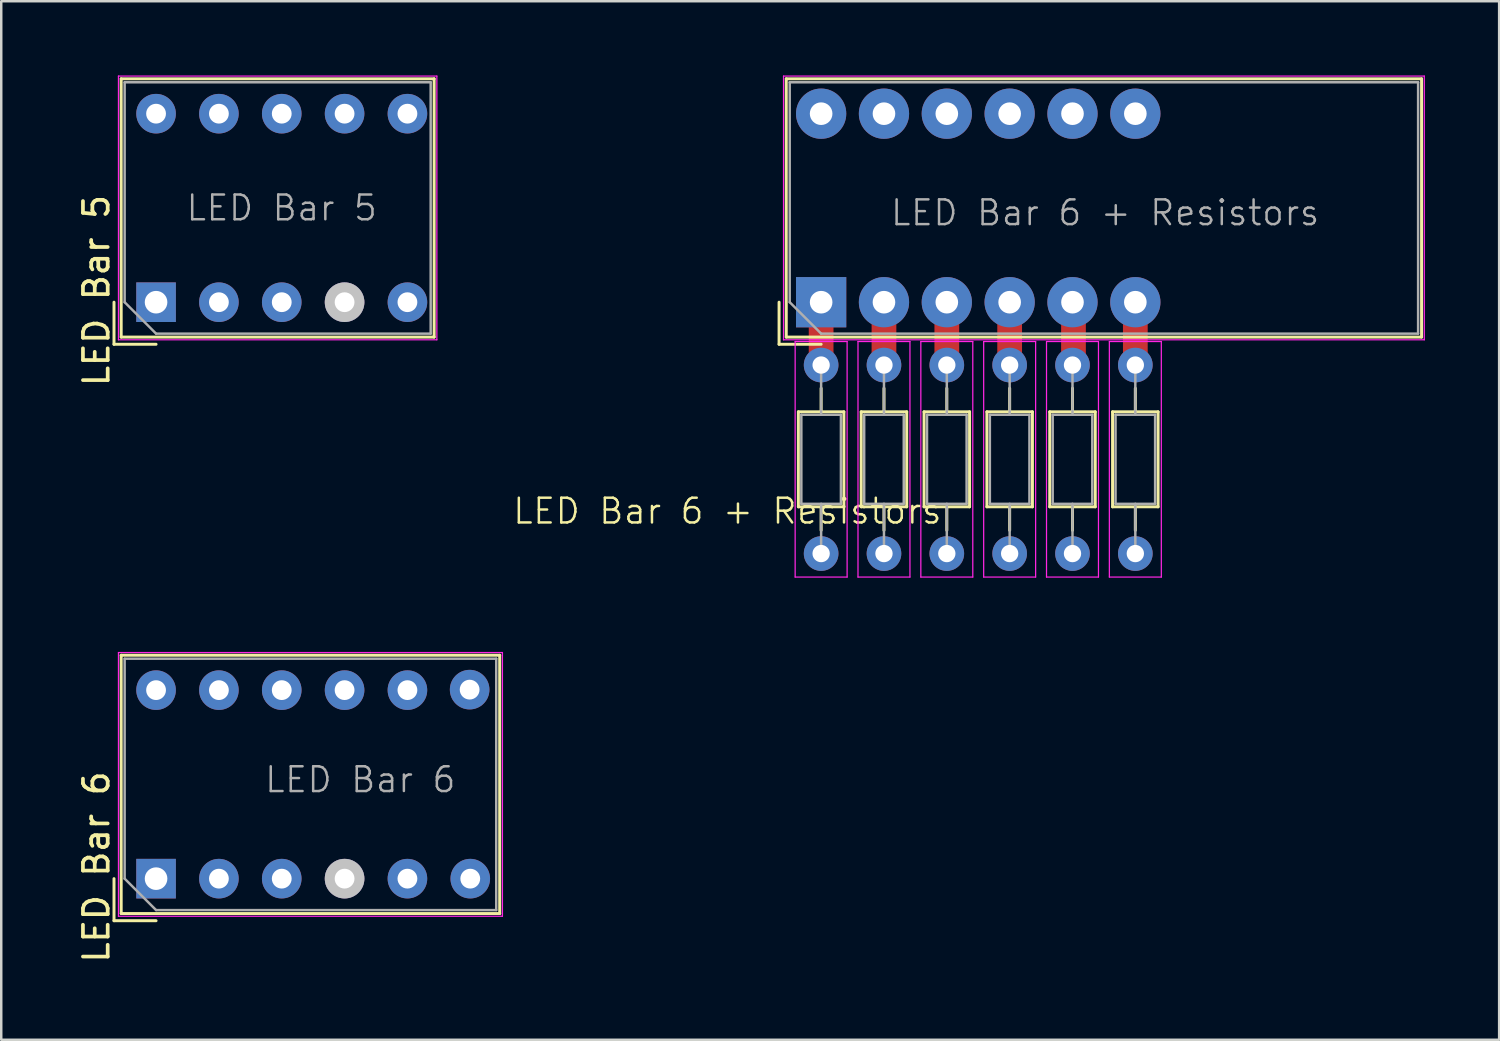
<source format=kicad_pcb>
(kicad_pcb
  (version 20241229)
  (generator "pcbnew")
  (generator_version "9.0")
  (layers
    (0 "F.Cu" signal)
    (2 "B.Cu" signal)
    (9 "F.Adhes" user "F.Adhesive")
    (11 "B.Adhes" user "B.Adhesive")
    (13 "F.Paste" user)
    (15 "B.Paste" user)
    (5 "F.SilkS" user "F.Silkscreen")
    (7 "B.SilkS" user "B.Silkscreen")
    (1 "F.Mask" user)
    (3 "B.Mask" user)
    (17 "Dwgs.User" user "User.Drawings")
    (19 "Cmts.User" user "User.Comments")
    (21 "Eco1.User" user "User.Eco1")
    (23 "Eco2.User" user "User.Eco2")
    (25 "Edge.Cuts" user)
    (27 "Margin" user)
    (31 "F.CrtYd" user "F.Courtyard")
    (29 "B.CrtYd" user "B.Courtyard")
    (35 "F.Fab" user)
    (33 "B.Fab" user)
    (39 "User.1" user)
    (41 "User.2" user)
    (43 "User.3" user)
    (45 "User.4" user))
  (footprint "LED Bar 5"
    (layer "F.Cu")
    (at 3.258 9.165)
    (property "Reference" "LED Bar 5" (at -2.41 -0.47 90) (layer "F.SilkS") (effects (font (size 1 1) (thickness 0.15))))
    (attr through_hole)
    (fp_line (start -1.7 0) (end -1.7 1.7) (stroke (width 0.12) (type solid)) (layer "F.SilkS"))
    (fp_line (start -1.7 1.7) (end 0 1.7) (stroke (width 0.12) (type solid)) (layer "F.SilkS"))
    (fp_line (start -1.41 -9.03) (end 11.24 -9.03) (stroke (width 0.12) (type solid)) (layer "F.SilkS"))
    (fp_line (start -1.41 1.41) (end -1.41 -9.03) (stroke (width 0.12) (type solid)) (layer "F.SilkS"))
    (fp_line (start 11.24 -9.03) (end 11.24 1.41) (stroke (width 0.12) (type solid)) (layer "F.SilkS"))
    (fp_line (start 11.24 1.41) (end -1.41 1.41) (stroke (width 0.12) (type solid)) (layer "F.SilkS"))
    (fp_line (start -1.52 1.52) (end -1.52 -9.14) (stroke (width 0.05) (type solid)) (layer "F.CrtYd"))
    (fp_line (start -1.52 1.52) (end 11.35 1.52) (stroke (width 0.05) (type solid)) (layer "F.CrtYd"))
    (fp_line (start 11.35 -9.14) (end -1.52 -9.14) (stroke (width 0.05) (type solid)) (layer "F.CrtYd"))
    (fp_line (start 11.35 1.52) (end 11.35 -9.14) (stroke (width 0.05) (type solid)) (layer "F.CrtYd"))
    (fp_line (start -1.27 -8.89) (end 11.1 -8.89) (stroke (width 0.1) (type solid)) (layer "F.Fab"))
    (fp_line (start -1.27 0) (end -1.27 -8.89) (stroke (width 0.1) (type solid)) (layer "F.Fab"))
    (fp_line (start -1.27 0) (end 0 1.27) (stroke (width 0.1) (type solid)) (layer "F.Fab"))
    (fp_line (start 0 1.27) (end 11.1 1.27) (stroke (width 0.1) (type solid)) (layer "F.Fab"))
    (fp_line (start 11.1 1.27) (end 11.1 -8.89) (stroke (width 0.1) (type solid)) (layer "F.Fab"))
    (fp_text user "${REFERENCE}" (at 5.08 -3.81 180) (layer "F.Fab") (effects (font (size 1 1) (thickness 0.1))))
    (pad "1" thru_hole rect (at 0 0 90) (size 1.6 1.6) (drill 0.914) (layers "*.Cu" "*.Mask"))
    (pad "2" thru_hole oval (at 2.54 0) (size 1.6 1.6) (drill 0.8) (layers "*.Cu" "*.Mask"))
    (pad "3" thru_hole oval (at 5.08 0) (size 1.6 1.6) (drill 0.8) (layers "*.Cu" "*.Mask"))
    (pad "4" thru_hole oval (at 7.62 0) (size 1.6 1.6) (drill 0.8) (layers "*.Cu" "*.Mask" "Dwgs.User"))
    (pad "5" thru_hole oval (at 10.16 0) (size 1.6 1.6) (drill 0.8) (layers "*.Cu" "*.Mask"))
    (pad "16" thru_hole oval (at 10.16 -7.62) (size 1.6 1.6) (drill 0.8) (layers "*.Cu" "*.Mask"))
    (pad "17" thru_hole oval (at 7.62 -7.62) (size 1.6 1.6) (drill 0.8) (layers "*.Cu" "*.Mask"))
    (pad "18" thru_hole circle (at 5.08 -7.62) (size 1.6 1.6) (drill 0.8) (layers "*.Cu" "*.Mask"))
    (pad "19" thru_hole circle (at 2.54 -7.62) (size 1.6 1.6) (drill 0.8) (layers "*.Cu" "*.Mask"))
    (pad "20" thru_hole circle (at 0 -7.62) (size 1.6 1.6) (drill 0.8) (layers "*.Cu" "*.Mask")))
  (footprint "LED Bar 6 + Resistors"
    (layer "F.Cu")
    (at 41.57 10.5)
    (property "Reference" "LED Bar 6 + Resistors" (at -15.22 7.11 0) (unlocked yes) (layer "F.SilkS") (effects (font (size 1 1) (thickness 0.1))))
    (attr through_hole)
    (fp_line (start -13.13 -1.335) (end -13.13 0.365) (stroke (width 0.12) (type solid)) (layer "F.SilkS"))
    (fp_line (start -13.13 0.365) (end -11.43 0.365) (stroke (width 0.12) (type solid)) (layer "F.SilkS"))
    (fp_line (start -12.84 -10.365) (end 12.84 -10.365) (stroke (width 0.12) (type solid)) (layer "F.SilkS"))
    (fp_line (start -12.84 0.075) (end -12.84 -10.365) (stroke (width 0.12) (type solid)) (layer "F.SilkS"))
    (fp_line (start -12.35 3.095) (end -12.35 6.935) (stroke (width 0.12) (type solid)) (layer "F.SilkS"))
    (fp_line (start -12.35 6.935) (end -10.51 6.935) (stroke (width 0.12) (type solid)) (layer "F.SilkS"))
    (fp_line (start -11.43 2.145) (end -11.43 3.095) (stroke (width 0.12) (type solid)) (layer "F.SilkS"))
    (fp_line (start -11.43 7.885) (end -11.43 6.935) (stroke (width 0.12) (type solid)) (layer "F.SilkS"))
    (fp_line (start -10.51 3.095) (end -12.35 3.095) (stroke (width 0.12) (type solid)) (layer "F.SilkS"))
    (fp_line (start -10.51 6.935) (end -10.51 3.095) (stroke (width 0.12) (type solid)) (layer "F.SilkS"))
    (fp_line (start -9.81 3.095) (end -9.81 6.935) (stroke (width 0.12) (type solid)) (layer "F.SilkS"))
    (fp_line (start -9.81 6.935) (end -7.97 6.935) (stroke (width 0.12) (type solid)) (layer "F.SilkS"))
    (fp_line (start -8.89 2.145) (end -8.89 3.095) (stroke (width 0.12) (type solid)) (layer "F.SilkS"))
    (fp_line (start -8.89 7.885) (end -8.89 6.935) (stroke (width 0.12) (type solid)) (layer "F.SilkS"))
    (fp_line (start -7.97 3.095) (end -9.81 3.095) (stroke (width 0.12) (type solid)) (layer "F.SilkS"))
    (fp_line (start -7.97 6.935) (end -7.97 3.095) (stroke (width 0.12) (type solid)) (layer "F.SilkS"))
    (fp_line (start -7.27 3.095) (end -7.27 6.935) (stroke (width 0.12) (type solid)) (layer "F.SilkS"))
    (fp_line (start -7.27 6.935) (end -5.43 6.935) (stroke (width 0.12) (type solid)) (layer "F.SilkS"))
    (fp_line (start -6.35 2.145) (end -6.35 3.095) (stroke (width 0.12) (type solid)) (layer "F.SilkS"))
    (fp_line (start -6.35 7.885) (end -6.35 6.935) (stroke (width 0.12) (type solid)) (layer "F.SilkS"))
    (fp_line (start -5.43 3.095) (end -7.27 3.095) (stroke (width 0.12) (type solid)) (layer "F.SilkS"))
    (fp_line (start -5.43 6.935) (end -5.43 3.095) (stroke (width 0.12) (type solid)) (layer "F.SilkS"))
    (fp_line (start -4.73 3.095) (end -4.73 6.935) (stroke (width 0.12) (type solid)) (layer "F.SilkS"))
    (fp_line (start -4.73 6.935) (end -2.89 6.935) (stroke (width 0.12) (type solid)) (layer "F.SilkS"))
    (fp_line (start -3.81 2.145) (end -3.81 3.095) (stroke (width 0.12) (type solid)) (layer "F.SilkS"))
    (fp_line (start -3.81 7.885) (end -3.81 6.935) (stroke (width 0.12) (type solid)) (layer "F.SilkS"))
    (fp_line (start -2.89 3.095) (end -4.73 3.095) (stroke (width 0.12) (type solid)) (layer "F.SilkS"))
    (fp_line (start -2.89 6.935) (end -2.89 3.095) (stroke (width 0.12) (type solid)) (layer "F.SilkS"))
    (fp_line (start -2.19 3.095) (end -2.19 6.935) (stroke (width 0.12) (type solid)) (layer "F.SilkS"))
    (fp_line (start -2.19 6.935) (end -0.35 6.935) (stroke (width 0.12) (type solid)) (layer "F.SilkS"))
    (fp_line (start -1.27 2.145) (end -1.27 3.095) (stroke (width 0.12) (type solid)) (layer "F.SilkS"))
    (fp_line (start -1.27 7.885) (end -1.27 6.935) (stroke (width 0.12) (type solid)) (layer "F.SilkS"))
    (fp_line (start -0.35 3.095) (end -2.19 3.095) (stroke (width 0.12) (type solid)) (layer "F.SilkS"))
    (fp_line (start -0.35 6.935) (end -0.35 3.095) (stroke (width 0.12) (type solid)) (layer "F.SilkS"))
    (fp_line (start 0.35 3.095) (end 0.35 6.935) (stroke (width 0.12) (type solid)) (layer "F.SilkS"))
    (fp_line (start 0.35 6.935) (end 2.19 6.935) (stroke (width 0.12) (type solid)) (layer "F.SilkS"))
    (fp_line (start 1.27 2.145) (end 1.27 3.095) (stroke (width 0.12) (type solid)) (layer "F.SilkS"))
    (fp_line (start 1.27 7.885) (end 1.27 6.935) (stroke (width 0.12) (type solid)) (layer "F.SilkS"))
    (fp_line (start 2.19 3.095) (end 0.35 3.095) (stroke (width 0.12) (type solid)) (layer "F.SilkS"))
    (fp_line (start 2.19 6.935) (end 2.19 3.095) (stroke (width 0.12) (type solid)) (layer "F.SilkS"))
    (fp_line (start 12.84 -10.365) (end 12.84 0.075) (stroke (width 0.12) (type solid)) (layer "F.SilkS"))
    (fp_line (start 12.84 0.075) (end -12.84 0.075) (stroke (width 0.12) (type solid)) (layer "F.SilkS"))
    (fp_line (start -12.95 0.185) (end -12.95 -10.475) (stroke (width 0.05) (type solid)) (layer "F.CrtYd"))
    (fp_line (start -12.95 0.185) (end 12.95 0.185) (stroke (width 0.05) (type solid)) (layer "F.CrtYd"))
    (fp_line (start -12.48 0.255) (end -12.48 9.775) (stroke (width 0.05) (type solid)) (layer "F.CrtYd"))
    (fp_line (start -12.48 9.775) (end -10.38 9.775) (stroke (width 0.05) (type solid)) (layer "F.CrtYd"))
    (fp_line (start -10.38 0.255) (end -12.48 0.255) (stroke (width 0.05) (type solid)) (layer "F.CrtYd"))
    (fp_line (start -10.38 9.775) (end -10.38 0.255) (stroke (width 0.05) (type solid)) (layer "F.CrtYd"))
    (fp_line (start -9.94 0.255) (end -9.94 9.775) (stroke (width 0.05) (type solid)) (layer "F.CrtYd"))
    (fp_line (start -9.94 9.775) (end -7.84 9.775) (stroke (width 0.05) (type solid)) (layer "F.CrtYd"))
    (fp_line (start -7.84 0.255) (end -9.94 0.255) (stroke (width 0.05) (type solid)) (layer "F.CrtYd"))
    (fp_line (start -7.84 9.775) (end -7.84 0.255) (stroke (width 0.05) (type solid)) (layer "F.CrtYd"))
    (fp_line (start -7.4 0.255) (end -7.4 9.775) (stroke (width 0.05) (type solid)) (layer "F.CrtYd"))
    (fp_line (start -7.4 9.775) (end -5.3 9.775) (stroke (width 0.05) (type solid)) (layer "F.CrtYd"))
    (fp_line (start -5.3 0.255) (end -7.4 0.255) (stroke (width 0.05) (type solid)) (layer "F.CrtYd"))
    (fp_line (start -5.3 9.775) (end -5.3 0.255) (stroke (width 0.05) (type solid)) (layer "F.CrtYd"))
    (fp_line (start -4.86 0.255) (end -4.86 9.775) (stroke (width 0.05) (type solid)) (layer "F.CrtYd"))
    (fp_line (start -4.86 9.775) (end -2.76 9.775) (stroke (width 0.05) (type solid)) (layer "F.CrtYd"))
    (fp_line (start -2.76 0.255) (end -4.86 0.255) (stroke (width 0.05) (type solid)) (layer "F.CrtYd"))
    (fp_line (start -2.76 9.775) (end -2.76 0.255) (stroke (width 0.05) (type solid)) (layer "F.CrtYd"))
    (fp_line (start -2.32 0.255) (end -2.32 9.775) (stroke (width 0.05) (type solid)) (layer "F.CrtYd"))
    (fp_line (start -2.32 9.775) (end -0.22 9.775) (stroke (width 0.05) (type solid)) (layer "F.CrtYd"))
    (fp_line (start -0.22 0.255) (end -2.32 0.255) (stroke (width 0.05) (type solid)) (layer "F.CrtYd"))
    (fp_line (start -0.22 9.775) (end -0.22 0.255) (stroke (width 0.05) (type solid)) (layer "F.CrtYd"))
    (fp_line (start 0.22 0.255) (end 0.22 9.775) (stroke (width 0.05) (type solid)) (layer "F.CrtYd"))
    (fp_line (start 0.22 9.775) (end 2.32 9.775) (stroke (width 0.05) (type solid)) (layer "F.CrtYd"))
    (fp_line (start 2.32 0.255) (end 0.22 0.255) (stroke (width 0.05) (type solid)) (layer "F.CrtYd"))
    (fp_line (start 2.32 9.775) (end 2.32 0.255) (stroke (width 0.05) (type solid)) (layer "F.CrtYd"))
    (fp_line (start 12.95 -10.475) (end -12.95 -10.475) (stroke (width 0.05) (type solid)) (layer "F.CrtYd"))
    (fp_line (start 12.95 0.185) (end 12.95 -10.475) (stroke (width 0.05) (type solid)) (layer "F.CrtYd"))
    (fp_line (start -12.7 -10.225) (end 12.7 -10.225) (stroke (width 0.1) (type solid)) (layer "F.Fab"))
    (fp_line (start -12.7 -1.335) (end -12.7 -10.225) (stroke (width 0.1) (type solid)) (layer "F.Fab"))
    (fp_line (start -12.7 -1.335) (end -11.43 -0.065) (stroke (width 0.1) (type solid)) (layer "F.Fab"))
    (fp_line (start -12.23 3.215) (end -12.23 6.815) (stroke (width 0.1) (type solid)) (layer "F.Fab"))
    (fp_line (start -12.23 6.815) (end -10.63 6.815) (stroke (width 0.1) (type solid)) (layer "F.Fab"))
    (fp_line (start -11.43 -0.065) (end 12.7 -0.065) (stroke (width 0.1) (type solid)) (layer "F.Fab"))
    (fp_line (start -11.43 1.205) (end -11.43 3.215) (stroke (width 0.1) (type solid)) (layer "F.Fab"))
    (fp_line (start -11.43 8.825) (end -11.43 6.815) (stroke (width 0.1) (type solid)) (layer "F.Fab"))
    (fp_line (start -10.63 3.215) (end -12.23 3.215) (stroke (width 0.1) (type solid)) (layer "F.Fab"))
    (fp_line (start -10.63 6.815) (end -10.63 3.215) (stroke (width 0.1) (type solid)) (layer "F.Fab"))
    (fp_line (start -9.69 3.215) (end -9.69 6.815) (stroke (width 0.1) (type solid)) (layer "F.Fab"))
    (fp_line (start -9.69 6.815) (end -8.09 6.815) (stroke (width 0.1) (type solid)) (layer "F.Fab"))
    (fp_line (start -8.89 1.205) (end -8.89 3.215) (stroke (width 0.1) (type solid)) (layer "F.Fab"))
    (fp_line (start -8.89 8.825) (end -8.89 6.815) (stroke (width 0.1) (type solid)) (layer "F.Fab"))
    (fp_line (start -8.09 3.215) (end -9.69 3.215) (stroke (width 0.1) (type solid)) (layer "F.Fab"))
    (fp_line (start -8.09 6.815) (end -8.09 3.215) (stroke (width 0.1) (type solid)) (layer "F.Fab"))
    (fp_line (start -7.15 3.215) (end -7.15 6.815) (stroke (width 0.1) (type solid)) (layer "F.Fab"))
    (fp_line (start -7.15 6.815) (end -5.55 6.815) (stroke (width 0.1) (type solid)) (layer "F.Fab"))
    (fp_line (start -6.35 1.205) (end -6.35 3.215) (stroke (width 0.1) (type solid)) (layer "F.Fab"))
    (fp_line (start -6.35 8.825) (end -6.35 6.815) (stroke (width 0.1) (type solid)) (layer "F.Fab"))
    (fp_line (start -5.55 3.215) (end -7.15 3.215) (stroke (width 0.1) (type solid)) (layer "F.Fab"))
    (fp_line (start -5.55 6.815) (end -5.55 3.215) (stroke (width 0.1) (type solid)) (layer "F.Fab"))
    (fp_line (start -4.61 3.215) (end -4.61 6.815) (stroke (width 0.1) (type solid)) (layer "F.Fab"))
    (fp_line (start -4.61 6.815) (end -3.01 6.815) (stroke (width 0.1) (type solid)) (layer "F.Fab"))
    (fp_line (start -3.81 1.205) (end -3.81 3.215) (stroke (width 0.1) (type solid)) (layer "F.Fab"))
    (fp_line (start -3.81 8.825) (end -3.81 6.815) (stroke (width 0.1) (type solid)) (layer "F.Fab"))
    (fp_line (start -3.01 3.215) (end -4.61 3.215) (stroke (width 0.1) (type solid)) (layer "F.Fab"))
    (fp_line (start -3.01 6.815) (end -3.01 3.215) (stroke (width 0.1) (type solid)) (layer "F.Fab"))
    (fp_line (start -2.07 3.215) (end -2.07 6.815) (stroke (width 0.1) (type solid)) (layer "F.Fab"))
    (fp_line (start -2.07 6.815) (end -0.47 6.815) (stroke (width 0.1) (type solid)) (layer "F.Fab"))
    (fp_line (start -1.27 1.205) (end -1.27 3.215) (stroke (width 0.1) (type solid)) (layer "F.Fab"))
    (fp_line (start -1.27 8.825) (end -1.27 6.815) (stroke (width 0.1) (type solid)) (layer "F.Fab"))
    (fp_line (start -0.47 3.215) (end -2.07 3.215) (stroke (width 0.1) (type solid)) (layer "F.Fab"))
    (fp_line (start -0.47 6.815) (end -0.47 3.215) (stroke (width 0.1) (type solid)) (layer "F.Fab"))
    (fp_line (start 0.47 3.215) (end 0.47 6.815) (stroke (width 0.1) (type solid)) (layer "F.Fab"))
    (fp_line (start 0.47 6.815) (end 2.07 6.815) (stroke (width 0.1) (type solid)) (layer "F.Fab"))
    (fp_line (start 1.27 1.205) (end 1.27 3.215) (stroke (width 0.1) (type solid)) (layer "F.Fab"))
    (fp_line (start 1.27 8.825) (end 1.27 6.815) (stroke (width 0.1) (type solid)) (layer "F.Fab"))
    (fp_line (start 2.07 3.215) (end 0.47 3.215) (stroke (width 0.1) (type solid)) (layer "F.Fab"))
    (fp_line (start 2.07 6.815) (end 2.07 3.215) (stroke (width 0.1) (type solid)) (layer "F.Fab"))
    (fp_line (start 12.7 -0.065) (end 12.7 -10.225) (stroke (width 0.1) (type solid)) (layer "F.Fab"))
    (fp_text user "${REFERENCE}" (at 0.05 -4.95 180) (layer "F.Fab") (effects (font (size 1 1) (thickness 0.1))))
    (pad "" thru_hole rect (at -11.43 -1.335) (size 2.032 2.032) (drill 0.914) (layers "*.Cu" "*.Mask"))
    (pad "" smd rect (at -11.43 0.01) (size 1 1.6) (layers "F.Cu" "F.Mask" "F.Paste"))
    (pad "" thru_hole circle (at -11.43 1.205 270) (size 1.4 1.4) (drill 0.7) (layers "*.Cu" "*.Mask"))
    (pad "" thru_hole circle (at -8.89 -1.335) (size 2.032 2.032) (drill 0.914) (layers "*.Cu" "*.Mask"))
    (pad "" smd rect (at -8.89 0.01) (size 1 1.6) (layers "F.Cu" "F.Mask" "F.Paste"))
    (pad "" thru_hole circle (at -8.89 1.205 270) (size 1.4 1.4) (drill 0.7) (layers "*.Cu" "*.Mask"))
    (pad "" thru_hole circle (at -6.35 -1.335) (size 2.032 2.032) (drill 0.914) (layers "*.Cu" "*.Mask"))
    (pad "" smd rect (at -6.35 0.01) (size 1 1.6) (layers "F.Cu" "F.Mask" "F.Paste"))
    (pad "" thru_hole circle (at -6.35 1.205 270) (size 1.4 1.4) (drill 0.7) (layers "*.Cu" "*.Mask"))
    (pad "" thru_hole circle (at -3.81 -1.335) (size 2.032 2.032) (drill 0.914) (layers "*.Cu" "*.Mask"))
    (pad "" smd rect (at -3.81 0.01) (size 1 1.6) (layers "F.Cu" "F.Mask" "F.Paste"))
    (pad "" thru_hole circle (at -3.81 1.205 270) (size 1.4 1.4) (drill 0.7) (layers "*.Cu" "*.Mask"))
    (pad "" thru_hole circle (at -1.27 -1.335) (size 2.032 2.032) (drill 0.914) (layers "*.Cu" "*.Mask"))
    (pad "" thru_hole circle (at -1.27 1.205 270) (size 1.4 1.4) (drill 0.7) (layers "*.Cu" "*.Mask"))
    (pad "" smd rect (at -1.23 0.01) (size 1 1.6) (layers "F.Cu" "F.Mask" "F.Paste"))
    (pad "" thru_hole circle (at 1.27 -1.335) (size 2.032 2.032) (drill 0.914) (layers "*.Cu" "*.Mask"))
    (pad "" smd rect (at 1.27 0.01) (size 1 1.6) (layers "F.Cu" "F.Mask" "F.Paste"))
    (pad "" thru_hole circle (at 1.27 1.205 270) (size 1.4 1.4) (drill 0.7) (layers "*.Cu" "*.Mask"))
    (pad "1" thru_hole oval (at -11.43 8.825 270) (size 1.4 1.4) (drill 0.7) (layers "*.Cu" "*.Mask"))
    (pad "2" thru_hole oval (at -8.89 8.825 270) (size 1.4 1.4) (drill 0.7) (layers "*.Cu" "*.Mask"))
    (pad "3" thru_hole oval (at -6.35 8.825 270) (size 1.4 1.4) (drill 0.7) (layers "*.Cu" "*.Mask"))
    (pad "4" thru_hole oval (at -3.81 8.825 270) (size 1.4 1.4) (drill 0.7) (layers "*.Cu" "*.Mask"))
    (pad "5" thru_hole oval (at -1.27 8.825 270) (size 1.4 1.4) (drill 0.7) (layers "*.Cu" "*.Mask"))
    (pad "6" thru_hole oval (at 1.27 8.825 270) (size 1.4 1.4) (drill 0.7) (layers "*.Cu" "*.Mask"))
    (pad "15" thru_hole circle (at 1.27 -8.955) (size 2.032 2.032) (drill 0.914) (layers "*.Cu" "*.Mask"))
    (pad "16" thru_hole circle (at -1.27 -8.955) (size 2.032 2.032) (drill 0.914) (layers "*.Cu" "*.Mask"))
    (pad "17" thru_hole circle (at -3.81 -8.955) (size 2.032 2.032) (drill 0.914) (layers "*.Cu" "*.Mask"))
    (pad "18" thru_hole circle (at -6.35 -8.955) (size 2.032 2.032) (drill 0.914) (layers "*.Cu" "*.Mask"))
    (pad "19" thru_hole circle (at -8.89 -8.955) (size 2.032 2.032) (drill 0.914) (layers "*.Cu" "*.Mask"))
    (pad "20" thru_hole circle (at -11.43 -8.955) (size 2.032 2.032) (drill 0.914) (layers "*.Cu" "*.Mask")))
  (footprint "LED Bar 6"
    (layer "F.Cu")
    (at 3.258 32.465)
    (property "Reference" "LED Bar 6" (at -2.41 -0.47 90) (layer "F.SilkS") (effects (font (size 1 1) (thickness 0.15))))
    (attr through_hole)
    (fp_line (start -1.7 0) (end -1.7 1.7) (stroke (width 0.12) (type solid)) (layer "F.SilkS"))
    (fp_line (start -1.7 1.7) (end 0 1.7) (stroke (width 0.12) (type solid)) (layer "F.SilkS"))
    (fp_line (start -1.41 -9.03) (end 13.89 -9.03) (stroke (width 0.12) (type solid)) (layer "F.SilkS"))
    (fp_line (start -1.41 1.41) (end -1.41 -9.03) (stroke (width 0.12) (type solid)) (layer "F.SilkS"))
    (fp_line (start 13.89 -9.03) (end 13.89 1.41) (stroke (width 0.12) (type solid)) (layer "F.SilkS"))
    (fp_line (start 13.89 1.41) (end -1.41 1.41) (stroke (width 0.12) (type solid)) (layer "F.SilkS"))
    (fp_line (start -1.52 1.52) (end -1.52 -9.14) (stroke (width 0.05) (type solid)) (layer "F.CrtYd"))
    (fp_line (start -1.52 1.52) (end 14 1.52) (stroke (width 0.05) (type solid)) (layer "F.CrtYd"))
    (fp_line (start 14 -9.14) (end -1.52 -9.14) (stroke (width 0.05) (type solid)) (layer "F.CrtYd"))
    (fp_line (start 14 1.52) (end 14 -9.14) (stroke (width 0.05) (type solid)) (layer "F.CrtYd"))
    (fp_line (start -1.27 -8.89) (end 13.75 -8.89) (stroke (width 0.1) (type solid)) (layer "F.Fab"))
    (fp_line (start -1.27 0) (end -1.27 -8.89) (stroke (width 0.1) (type solid)) (layer "F.Fab"))
    (fp_line (start -1.27 0) (end 0 1.27) (stroke (width 0.1) (type solid)) (layer "F.Fab"))
    (fp_line (start 0 1.27) (end 13.75 1.27) (stroke (width 0.1) (type solid)) (layer "F.Fab"))
    (fp_line (start 13.75 1.27) (end 13.75 -8.89) (stroke (width 0.1) (type solid)) (layer "F.Fab"))
    (fp_text user "${REFERENCE}" (at 8.255 -4 180) (layer "F.Fab") (effects (font (size 1 1) (thickness 0.1))))
    (pad "1" thru_hole rect (at 0 0 90) (size 1.6 1.6) (drill 0.914) (layers "*.Cu" "*.Mask"))
    (pad "2" thru_hole oval (at 2.54 0) (size 1.6 1.6) (drill 0.8) (layers "*.Cu" "*.Mask"))
    (pad "3" thru_hole oval (at 5.08 0) (size 1.6 1.6) (drill 0.8) (layers "*.Cu" "*.Mask"))
    (pad "4" thru_hole oval (at 7.62 0) (size 1.6 1.6) (drill 0.8) (layers "*.Cu" "*.Mask" "Dwgs.User"))
    (pad "5" thru_hole oval (at 10.16 0) (size 1.6 1.6) (drill 0.8) (layers "*.Cu" "*.Mask"))
    (pad "6" thru_hole oval (at 12.7 0) (size 1.6 1.6) (drill 0.8) (layers "*.Cu" "*.Mask"))
    (pad "15" thru_hole oval (at 12.675 -7.64) (size 1.6 1.6) (drill 0.8) (layers "*.Cu" "*.Mask"))
    (pad "16" thru_hole oval (at 10.16 -7.62) (size 1.6 1.6) (drill 0.8) (layers "*.Cu" "*.Mask"))
    (pad "17" thru_hole oval (at 7.62 -7.62) (size 1.6 1.6) (drill 0.8) (layers "*.Cu" "*.Mask"))
    (pad "18" thru_hole circle (at 5.08 -7.62) (size 1.6 1.6) (drill 0.8) (layers "*.Cu" "*.Mask"))
    (pad "19" thru_hole circle (at 2.54 -7.62) (size 1.6 1.6) (drill 0.8) (layers "*.Cu" "*.Mask"))
    (pad "20" thru_hole circle (at 0 -7.62) (size 1.6 1.6) (drill 0.8) (layers "*.Cu" "*.Mask")))
  (gr_rect
    (start -3 -3)
    (end 57.545 38.977)
    (stroke (width 0.1) (type default))
    (fill no)
    (layer "Edge.Cuts")))
</source>
